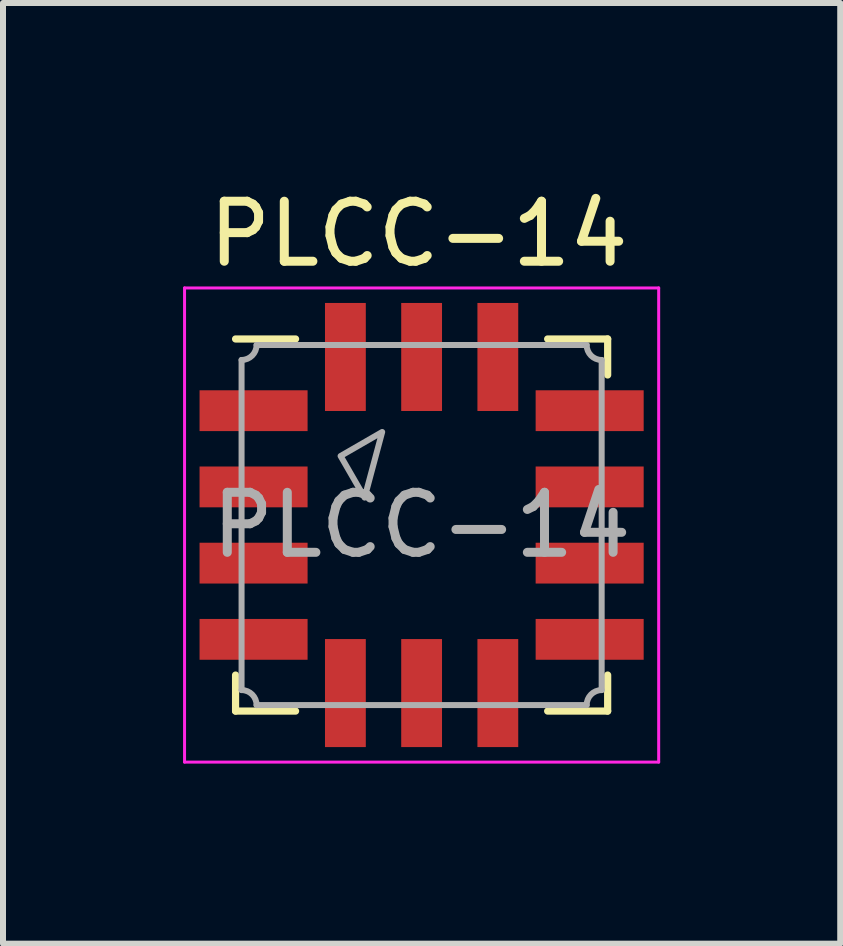
<source format=kicad_pcb>
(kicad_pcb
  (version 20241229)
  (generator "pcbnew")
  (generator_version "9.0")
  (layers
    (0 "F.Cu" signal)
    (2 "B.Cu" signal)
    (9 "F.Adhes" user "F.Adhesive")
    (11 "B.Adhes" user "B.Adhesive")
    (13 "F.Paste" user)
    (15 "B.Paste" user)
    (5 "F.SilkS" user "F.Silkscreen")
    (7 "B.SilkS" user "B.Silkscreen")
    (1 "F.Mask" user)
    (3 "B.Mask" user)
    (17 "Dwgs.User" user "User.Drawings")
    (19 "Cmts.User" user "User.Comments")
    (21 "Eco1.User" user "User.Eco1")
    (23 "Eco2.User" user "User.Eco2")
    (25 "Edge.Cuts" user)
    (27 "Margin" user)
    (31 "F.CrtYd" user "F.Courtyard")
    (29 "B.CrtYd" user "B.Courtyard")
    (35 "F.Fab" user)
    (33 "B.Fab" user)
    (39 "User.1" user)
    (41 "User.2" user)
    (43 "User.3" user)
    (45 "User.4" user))
  (footprint "PLCC-14"
    (layer "F.Cu")
    (at 3.975 5.698)
    (property "Reference" "PLCC-14" (at -0.05 -4.85 0) (layer "F.SilkS") (effects (font (size 1 1) (thickness 0.15))))
    (attr smd)
    (fp_line (start -3.1 -3.1) (end -2.1 -3.1) (stroke (width 0.12) (type solid)) (layer "F.SilkS"))
    (fp_line (start -3.1 2.5) (end -3.1 3.1) (stroke (width 0.12) (type solid)) (layer "F.SilkS"))
    (fp_line (start -3.1 3.1) (end -2.1 3.1) (stroke (width 0.12) (type solid)) (layer "F.SilkS"))
    (fp_line (start 2.1 -3.1) (end 3.1 -3.1) (stroke (width 0.12) (type solid)) (layer "F.SilkS"))
    (fp_line (start 3.1 -3.1) (end 3.1 -2.5) (stroke (width 0.12) (type solid)) (layer "F.SilkS"))
    (fp_line (start 3.1 2.5) (end 3.1 3.1) (stroke (width 0.12) (type solid)) (layer "F.SilkS"))
    (fp_line (start 3.1 3.1) (end 2.1 3.1) (stroke (width 0.12) (type solid)) (layer "F.SilkS"))
    (fp_line (start -3.95 -3.95) (end -3.95 3.95) (stroke (width 0.05) (type solid)) (layer "F.CrtYd"))
    (fp_line (start -3.95 3.95) (end 3.95 3.95) (stroke (width 0.05) (type solid)) (layer "F.CrtYd"))
    (fp_line (start 3.95 -3.95) (end -3.95 -3.95) (stroke (width 0.05) (type solid)) (layer "F.CrtYd"))
    (fp_line (start 3.95 3.95) (end 3.95 -3.95) (stroke (width 0.05) (type solid)) (layer "F.CrtYd"))
    (fp_line (start -3 -2.75) (end -3 2.75) (stroke (width 0.1) (type solid)) (layer "F.Fab"))
    (fp_line (start -2.75 3) (end 2.75 3) (stroke (width 0.1) (type solid)) (layer "F.Fab"))
    (fp_line (start 2.75 -3) (end -2.75 -3) (stroke (width 0.1) (type solid)) (layer "F.Fab"))
    (fp_line (start 3 2.75) (end 3 -2.75) (stroke (width 0.1) (type solid)) (layer "F.Fab"))
    (fp_arc (start -3 2.75) (mid -2.823223 2.823223) (end -2.75 3) (stroke (width 0.1) (type solid)) (layer "F.Fab"))
    (fp_arc (start -2.75 -3) (mid -2.823223 -2.823223) (end -3 -2.75) (stroke (width 0.1) (type solid)) (layer "F.Fab"))
    (fp_arc (start 2.75 3) (mid 2.823223 2.823223) (end 3 2.75) (stroke (width 0.1) (type solid)) (layer "F.Fab"))
    (fp_arc (start 3 -2.75) (mid 2.823223 -2.823223) (end 2.75 -3) (stroke (width 0.1) (type solid)) (layer "F.Fab"))
    (fp_poly (pts (xy -1.35 -1.15) (xy -0.657 -1.55) (xy -0.95 -0.457)) (stroke (width 0.1) (type solid)) (fill no) (layer "F.Fab"))
    (fp_text user "${REFERENCE}" (at 0 0 0) (layer "F.Fab") (effects (font (size 1 1) (thickness 0.15))))
    (pad "1" smd rect (at -2.8 -1.905) (size 1.8 0.68) (layers "F.Cu" "F.Mask" "F.Paste"))
    (pad "2" smd rect (at -2.8 -0.635) (size 1.8 0.68) (layers "F.Cu" "F.Mask" "F.Paste"))
    (pad "3" smd rect (at -2.8 0.635) (size 1.8 0.68) (layers "F.Cu" "F.Mask" "F.Paste"))
    (pad "4" smd rect (at -2.8 1.905) (size 1.8 0.68) (layers "F.Cu" "F.Mask" "F.Paste"))
    (pad "5" smd rect (at -1.27 2.8 90) (size 1.8 0.68) (layers "F.Cu" "F.Mask" "F.Paste"))
    (pad "6" smd rect (at 0 2.8 90) (size 1.8 0.68) (layers "F.Cu" "F.Mask" "F.Paste"))
    (pad "7" smd rect (at 1.27 2.8 90) (size 1.8 0.68) (layers "F.Cu" "F.Mask" "F.Paste"))
    (pad "8" smd rect (at 2.8 1.905 180) (size 1.8 0.68) (layers "F.Cu" "F.Mask" "F.Paste"))
    (pad "9" smd rect (at 2.8 0.635 180) (size 1.8 0.68) (layers "F.Cu" "F.Mask" "F.Paste"))
    (pad "10" smd rect (at 2.8 -0.635 180) (size 1.8 0.68) (layers "F.Cu" "F.Mask" "F.Paste"))
    (pad "11" smd rect (at 2.8 -1.905 180) (size 1.8 0.68) (layers "F.Cu" "F.Mask" "F.Paste"))
    (pad "12" smd rect (at 1.27 -2.8 270) (size 1.8 0.68) (layers "F.Cu" "F.Mask" "F.Paste"))
    (pad "13" smd rect (at 0 -2.8 270) (size 1.8 0.68) (layers "F.Cu" "F.Mask" "F.Paste"))
    (pad "14" smd rect (at -1.27 -2.8 270) (size 1.8 0.68) (layers "F.Cu" "F.Mask" "F.Paste")))
  (gr_rect
    (start -3 -3)
    (end 10.95 12.673)
    (stroke (width 0.1) (type default))
    (fill no)
    (layer "Edge.Cuts")))
</source>
